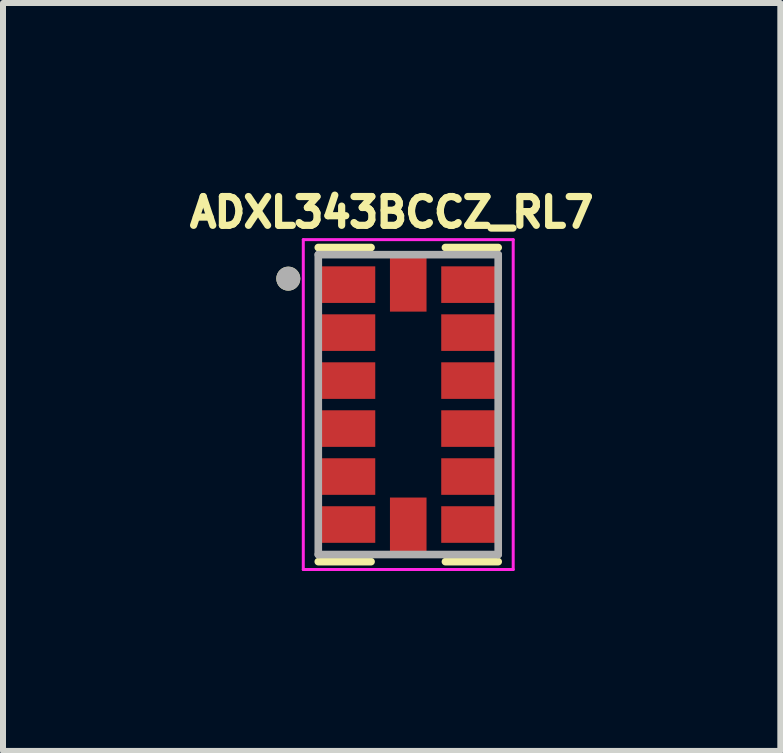
<source format=kicad_pcb>
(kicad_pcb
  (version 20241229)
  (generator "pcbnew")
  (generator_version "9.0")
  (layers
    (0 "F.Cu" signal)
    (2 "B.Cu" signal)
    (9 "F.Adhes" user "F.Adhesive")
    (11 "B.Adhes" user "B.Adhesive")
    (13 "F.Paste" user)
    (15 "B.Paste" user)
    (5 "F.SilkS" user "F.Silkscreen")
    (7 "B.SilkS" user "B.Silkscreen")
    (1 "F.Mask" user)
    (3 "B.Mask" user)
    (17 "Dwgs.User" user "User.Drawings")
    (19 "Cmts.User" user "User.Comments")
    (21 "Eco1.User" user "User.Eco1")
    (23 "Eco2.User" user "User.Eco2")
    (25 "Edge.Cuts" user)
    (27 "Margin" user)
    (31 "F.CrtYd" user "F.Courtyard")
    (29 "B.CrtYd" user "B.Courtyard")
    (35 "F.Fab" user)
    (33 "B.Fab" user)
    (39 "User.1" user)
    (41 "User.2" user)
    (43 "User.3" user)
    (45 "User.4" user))
  (footprint "ADXL343BCCZ_RL7"
    (layer "F.Cu")
    (at 3.757 3.696)
    (property "Reference" "ADXL343BCCZ_RL7" (at -0.276 -3.205 0) (layer "F.SilkS") (effects (font (size 0.48 0.48) (thickness 0.15))))
    (attr smd)
    (fp_line (start -1.5 -2.619) (end -0.62 -2.619) (stroke (width 0.127) (type solid)) (layer "F.SilkS"))
    (fp_line (start -1.5 2.619) (end -0.62 2.619) (stroke (width 0.127) (type solid)) (layer "F.SilkS"))
    (fp_line (start 0.62 -2.619) (end 1.5 -2.619) (stroke (width 0.127) (type solid)) (layer "F.SilkS"))
    (fp_line (start 0.62 2.619) (end 1.5 2.619) (stroke (width 0.127) (type solid)) (layer "F.SilkS"))
    (fp_circle (center -2 -2.1) (end -1.9 -2.1) (stroke (width 0.2) (type solid)) (fill no) (layer "F.SilkS"))
    (fp_line (start -1.75 -2.75) (end 1.75 -2.75) (stroke (width 0.05) (type solid)) (layer "F.CrtYd"))
    (fp_line (start -1.75 2.75) (end -1.75 -2.75) (stroke (width 0.05) (type solid)) (layer "F.CrtYd"))
    (fp_line (start 1.75 -2.75) (end 1.75 2.75) (stroke (width 0.05) (type solid)) (layer "F.CrtYd"))
    (fp_line (start 1.75 2.75) (end -1.75 2.75) (stroke (width 0.05) (type solid)) (layer "F.CrtYd"))
    (fp_line (start -1.5 -2.5) (end 1.5 -2.5) (stroke (width 0.127) (type solid)) (layer "F.Fab"))
    (fp_line (start -1.5 2.5) (end -1.5 -2.5) (stroke (width 0.127) (type solid)) (layer "F.Fab"))
    (fp_line (start 1.5 -2.5) (end 1.5 2.5) (stroke (width 0.127) (type solid)) (layer "F.Fab"))
    (fp_line (start 1.5 2.5) (end -1.5 2.5) (stroke (width 0.127) (type solid)) (layer "F.Fab"))
    (fp_circle (center -2 -2.1) (end -1.9 -2.1) (stroke (width 0.2) (type solid)) (fill no) (layer "F.Fab"))
    (pad "1" smd rect (at -1.01 -2) (size 0.92 0.61) (layers "F.Cu" "F.Mask" "F.Paste"))
    (pad "2" smd rect (at -1.01 -1.2) (size 0.92 0.61) (layers "F.Cu" "F.Mask" "F.Paste"))
    (pad "3" smd rect (at -1.01 -0.4) (size 0.92 0.61) (layers "F.Cu" "F.Mask" "F.Paste"))
    (pad "4" smd rect (at -1.01 0.4) (size 0.92 0.61) (layers "F.Cu" "F.Mask" "F.Paste"))
    (pad "5" smd rect (at -1.01 1.2) (size 0.92 0.61) (layers "F.Cu" "F.Mask" "F.Paste"))
    (pad "6" smd rect (at -1.01 2) (size 0.92 0.61) (layers "F.Cu" "F.Mask" "F.Paste"))
    (pad "7" smd rect (at 0 2.01 90) (size 0.92 0.61) (layers "F.Cu" "F.Mask" "F.Paste"))
    (pad "8" smd rect (at 1.01 2 180) (size 0.92 0.61) (layers "F.Cu" "F.Mask" "F.Paste"))
    (pad "9" smd rect (at 1.01 1.2 180) (size 0.92 0.61) (layers "F.Cu" "F.Mask" "F.Paste"))
    (pad "10" smd rect (at 1.01 0.4 180) (size 0.92 0.61) (layers "F.Cu" "F.Mask" "F.Paste"))
    (pad "11" smd rect (at 1.01 -0.4 180) (size 0.92 0.61) (layers "F.Cu" "F.Mask" "F.Paste"))
    (pad "12" smd rect (at 1.01 -1.2 180) (size 0.92 0.61) (layers "F.Cu" "F.Mask" "F.Paste"))
    (pad "13" smd rect (at 1.01 -2 180) (size 0.92 0.61) (layers "F.Cu" "F.Mask" "F.Paste"))
    (pad "14" smd rect (at 0 -2.01 90) (size 0.92 0.61) (layers "F.Cu" "F.Mask" "F.Paste")))
  (gr_rect
    (start -3 -3)
    (end 9.961 9.471)
    (stroke (width 0.1) (type default))
    (fill no)
    (layer "Edge.Cuts")))
</source>
